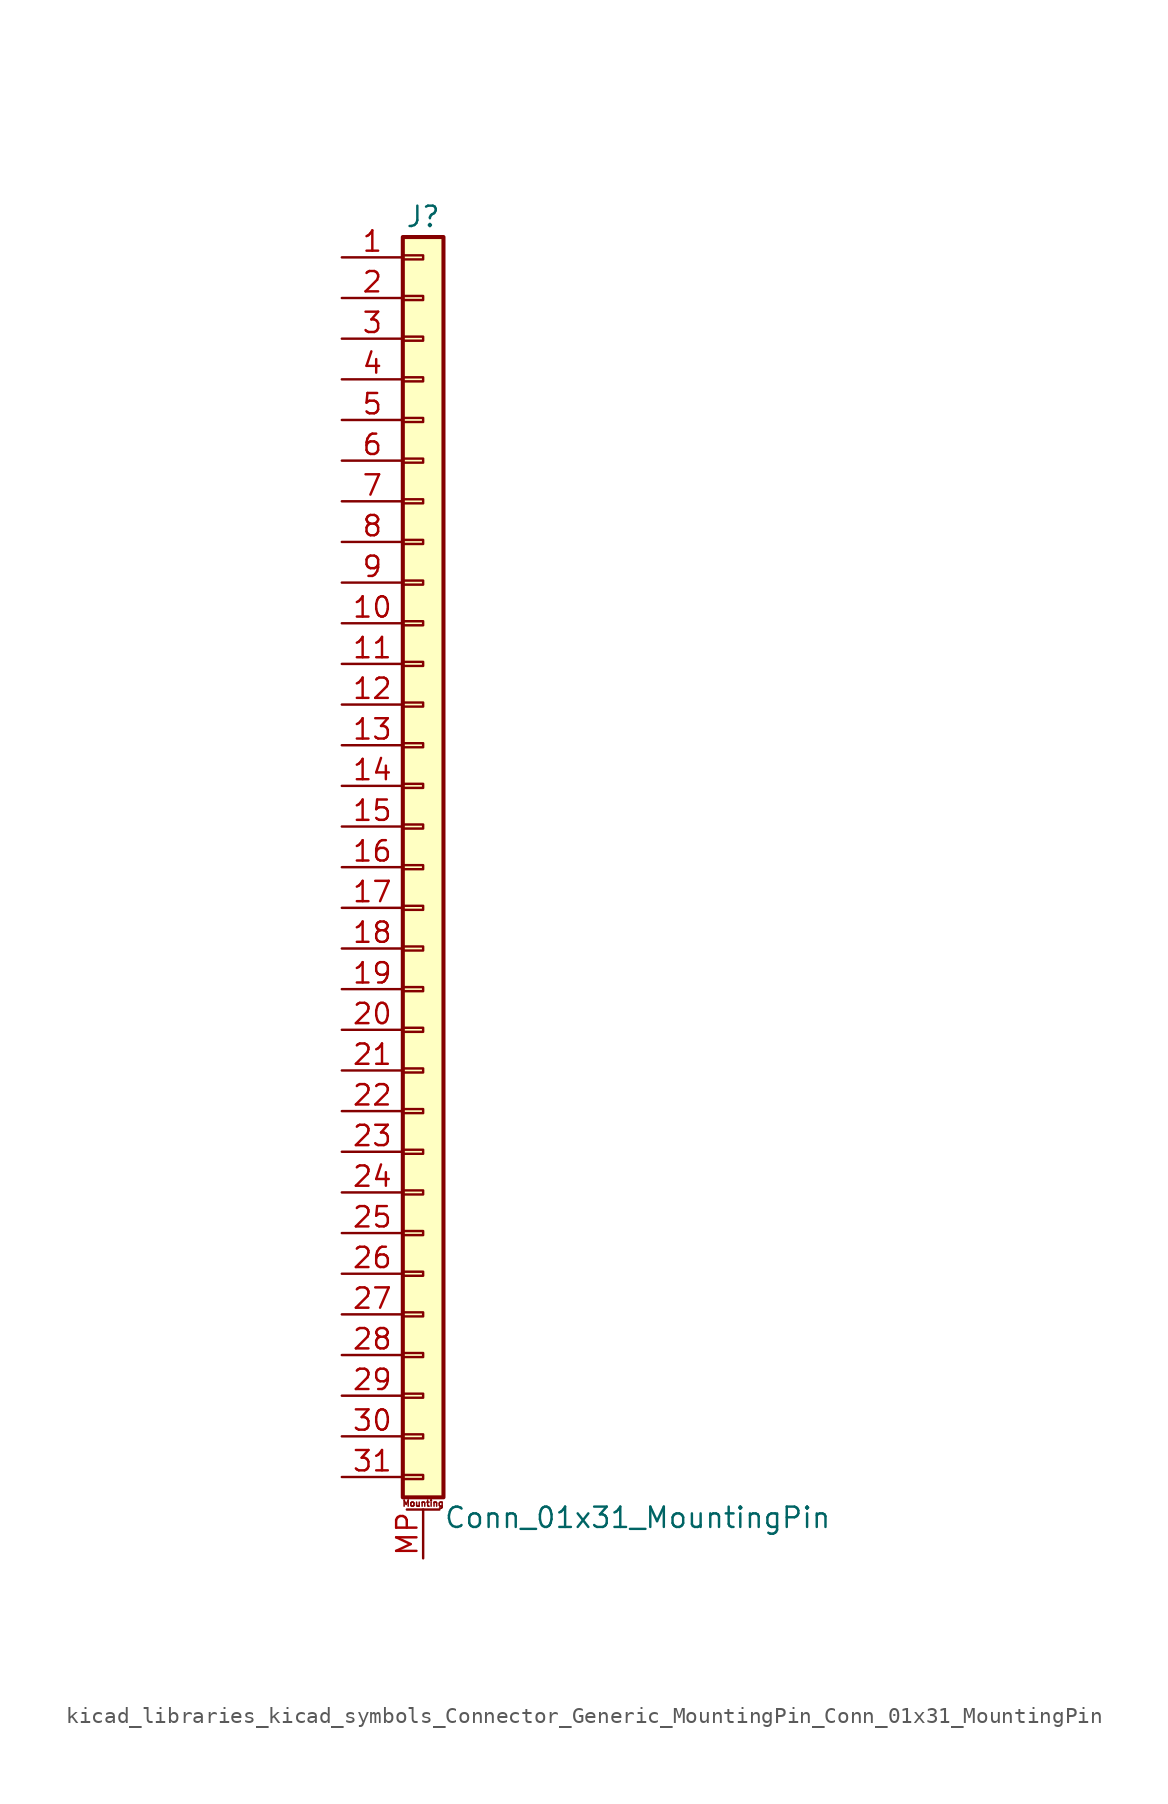
<source format=kicad_sym>
(kicad_symbol_lib
  (version 20220914)
  (generator kicad_symbol_editor)
  (symbol "kicad_libraries_kicad_symbols_Connector_Generic_MountingPin_Conn_01x31_MountingPin"
    (pin_names
      (offset 1.016) hide)
    (property "Reference" "J"
      (at 0 40.64 0)
      (effects (font (size 1.27 1.27))))
    (property "Value" "Conn_01x31_MountingPin"
      (at 1.27 -40.64 0)
      (effects (font (size 1.27 1.27)) (justify left)))
    (symbol "kicad_libraries_kicad_symbols_Connector_Generic_MountingPin_Conn_01x31_MountingPin_1_1"
      (rectangle (start -1.27 -37.973) (end 0 -38.227) (stroke (width 0.152) (type default)) (fill (type none)))
      (rectangle (start -1.27 -35.433) (end 0 -35.687) (stroke (width 0.152) (type default)) (fill (type none)))
      (rectangle (start -1.27 -32.893) (end 0 -33.147) (stroke (width 0.152) (type default)) (fill (type none)))
      (rectangle (start -1.27 -30.353) (end 0 -30.607) (stroke (width 0.152) (type default)) (fill (type none)))
      (rectangle (start -1.27 -27.813) (end 0 -28.067) (stroke (width 0.152) (type default)) (fill (type none)))
      (rectangle (start -1.27 -25.273) (end 0 -25.527) (stroke (width 0.152) (type default)) (fill (type none)))
      (rectangle (start -1.27 -22.733) (end 0 -22.987) (stroke (width 0.152) (type default)) (fill (type none)))
      (rectangle (start -1.27 -20.193) (end 0 -20.447) (stroke (width 0.152) (type default)) (fill (type none)))
      (rectangle (start -1.27 -17.653) (end 0 -17.907) (stroke (width 0.152) (type default)) (fill (type none)))
      (rectangle (start -1.27 -15.113) (end 0 -15.367) (stroke (width 0.152) (type default)) (fill (type none)))
      (rectangle (start -1.27 -12.573) (end 0 -12.827) (stroke (width 0.152) (type default)) (fill (type none)))
      (rectangle (start -1.27 -10.033) (end 0 -10.287) (stroke (width 0.152) (type default)) (fill (type none)))
      (rectangle (start -1.27 -7.493) (end 0 -7.747) (stroke (width 0.152) (type default)) (fill (type none)))
      (rectangle (start -1.27 -4.953) (end 0 -5.207) (stroke (width 0.152) (type default)) (fill (type none)))
      (rectangle (start -1.27 -2.413) (end 0 -2.667) (stroke (width 0.152) (type default)) (fill (type none)))
      (rectangle (start -1.27 0.127) (end 0 -0.127) (stroke (width 0.152) (type default)) (fill (type none)))
      (rectangle (start -1.27 2.667) (end 0 2.413) (stroke (width 0.152) (type default)) (fill (type none)))
      (rectangle (start -1.27 5.207) (end 0 4.953) (stroke (width 0.152) (type default)) (fill (type none)))
      (rectangle (start -1.27 7.747) (end 0 7.493) (stroke (width 0.152) (type default)) (fill (type none)))
      (rectangle (start -1.27 10.287) (end 0 10.033) (stroke (width 0.152) (type default)) (fill (type none)))
      (rectangle (start -1.27 12.827) (end 0 12.573) (stroke (width 0.152) (type default)) (fill (type none)))
      (rectangle (start -1.27 15.367) (end 0 15.113) (stroke (width 0.152) (type default)) (fill (type none)))
      (rectangle (start -1.27 17.907) (end 0 17.653) (stroke (width 0.152) (type default)) (fill (type none)))
      (rectangle (start -1.27 20.447) (end 0 20.193) (stroke (width 0.152) (type default)) (fill (type none)))
      (rectangle (start -1.27 22.987) (end 0 22.733) (stroke (width 0.152) (type default)) (fill (type none)))
      (rectangle (start -1.27 25.527) (end 0 25.273) (stroke (width 0.152) (type default)) (fill (type none)))
      (rectangle (start -1.27 28.067) (end 0 27.813) (stroke (width 0.152) (type default)) (fill (type none)))
      (rectangle (start -1.27 30.607) (end 0 30.353) (stroke (width 0.152) (type default)) (fill (type none)))
      (rectangle (start -1.27 33.147) (end 0 32.893) (stroke (width 0.152) (type default)) (fill (type none)))
      (rectangle (start -1.27 35.687) (end 0 35.433) (stroke (width 0.152) (type default)) (fill (type none)))
      (rectangle (start -1.27 38.227) (end 0 37.973) (stroke (width 0.152) (type default)) (fill (type none)))
      (rectangle (start -1.27 39.37) (end 1.27 -39.37) (stroke (width 0.254) (type default)) (fill (type background)))
      (polyline (pts (xy -1.016 -40.132) (xy 1.016 -40.132)) (stroke (width 0.152) (type default)) (fill (type none)))
      (text "Mounting" (at 0 -39.751 0) (effects (font (size 0.381 0.381))))
      (pin passive line (at -5.08 38.1 0) (length 3.81) (name "Pin_1" (effects (font (size 1.27 1.27)))) (number "1" (effects (font (size 1.27 1.27)))))
      (pin passive line (at -5.08 15.24 0) (length 3.81) (name "Pin_10" (effects (font (size 1.27 1.27)))) (number "10" (effects (font (size 1.27 1.27)))))
      (pin passive line (at -5.08 12.7 0) (length 3.81) (name "Pin_11" (effects (font (size 1.27 1.27)))) (number "11" (effects (font (size 1.27 1.27)))))
      (pin passive line (at -5.08 10.16 0) (length 3.81) (name "Pin_12" (effects (font (size 1.27 1.27)))) (number "12" (effects (font (size 1.27 1.27)))))
      (pin passive line (at -5.08 7.62 0) (length 3.81) (name "Pin_13" (effects (font (size 1.27 1.27)))) (number "13" (effects (font (size 1.27 1.27)))))
      (pin passive line (at -5.08 5.08 0) (length 3.81) (name "Pin_14" (effects (font (size 1.27 1.27)))) (number "14" (effects (font (size 1.27 1.27)))))
      (pin passive line (at -5.08 2.54 0) (length 3.81) (name "Pin_15" (effects (font (size 1.27 1.27)))) (number "15" (effects (font (size 1.27 1.27)))))
      (pin passive line (at -5.08 0 0) (length 3.81) (name "Pin_16" (effects (font (size 1.27 1.27)))) (number "16" (effects (font (size 1.27 1.27)))))
      (pin passive line (at -5.08 -2.54 0) (length 3.81) (name "Pin_17" (effects (font (size 1.27 1.27)))) (number "17" (effects (font (size 1.27 1.27)))))
      (pin passive line (at -5.08 -5.08 0) (length 3.81) (name "Pin_18" (effects (font (size 1.27 1.27)))) (number "18" (effects (font (size 1.27 1.27)))))
      (pin passive line (at -5.08 -7.62 0) (length 3.81) (name "Pin_19" (effects (font (size 1.27 1.27)))) (number "19" (effects (font (size 1.27 1.27)))))
      (pin passive line (at -5.08 35.56 0) (length 3.81) (name "Pin_2" (effects (font (size 1.27 1.27)))) (number "2" (effects (font (size 1.27 1.27)))))
      (pin passive line (at -5.08 -10.16 0) (length 3.81) (name "Pin_20" (effects (font (size 1.27 1.27)))) (number "20" (effects (font (size 1.27 1.27)))))
      (pin passive line (at -5.08 -12.7 0) (length 3.81) (name "Pin_21" (effects (font (size 1.27 1.27)))) (number "21" (effects (font (size 1.27 1.27)))))
      (pin passive line (at -5.08 -15.24 0) (length 3.81) (name "Pin_22" (effects (font (size 1.27 1.27)))) (number "22" (effects (font (size 1.27 1.27)))))
      (pin passive line (at -5.08 -17.78 0) (length 3.81) (name "Pin_23" (effects (font (size 1.27 1.27)))) (number "23" (effects (font (size 1.27 1.27)))))
      (pin passive line (at -5.08 -20.32 0) (length 3.81) (name "Pin_24" (effects (font (size 1.27 1.27)))) (number "24" (effects (font (size 1.27 1.27)))))
      (pin passive line (at -5.08 -22.86 0) (length 3.81) (name "Pin_25" (effects (font (size 1.27 1.27)))) (number "25" (effects (font (size 1.27 1.27)))))
      (pin passive line (at -5.08 -25.4 0) (length 3.81) (name "Pin_26" (effects (font (size 1.27 1.27)))) (number "26" (effects (font (size 1.27 1.27)))))
      (pin passive line (at -5.08 -27.94 0) (length 3.81) (name "Pin_27" (effects (font (size 1.27 1.27)))) (number "27" (effects (font (size 1.27 1.27)))))
      (pin passive line (at -5.08 -30.48 0) (length 3.81) (name "Pin_28" (effects (font (size 1.27 1.27)))) (number "28" (effects (font (size 1.27 1.27)))))
      (pin passive line (at -5.08 -33.02 0) (length 3.81) (name "Pin_29" (effects (font (size 1.27 1.27)))) (number "29" (effects (font (size 1.27 1.27)))))
      (pin passive line (at -5.08 33.02 0) (length 3.81) (name "Pin_3" (effects (font (size 1.27 1.27)))) (number "3" (effects (font (size 1.27 1.27)))))
      (pin passive line (at -5.08 -35.56 0) (length 3.81) (name "Pin_30" (effects (font (size 1.27 1.27)))) (number "30" (effects (font (size 1.27 1.27)))))
      (pin passive line (at -5.08 -38.1 0) (length 3.81) (name "Pin_31" (effects (font (size 1.27 1.27)))) (number "31" (effects (font (size 1.27 1.27)))))
      (pin passive line (at -5.08 30.48 0) (length 3.81) (name "Pin_4" (effects (font (size 1.27 1.27)))) (number "4" (effects (font (size 1.27 1.27)))))
      (pin passive line (at -5.08 27.94 0) (length 3.81) (name "Pin_5" (effects (font (size 1.27 1.27)))) (number "5" (effects (font (size 1.27 1.27)))))
      (pin passive line (at -5.08 25.4 0) (length 3.81) (name "Pin_6" (effects (font (size 1.27 1.27)))) (number "6" (effects (font (size 1.27 1.27)))))
      (pin passive line (at -5.08 22.86 0) (length 3.81) (name "Pin_7" (effects (font (size 1.27 1.27)))) (number "7" (effects (font (size 1.27 1.27)))))
      (pin passive line (at -5.08 20.32 0) (length 3.81) (name "Pin_8" (effects (font (size 1.27 1.27)))) (number "8" (effects (font (size 1.27 1.27)))))
      (pin passive line (at -5.08 17.78 0) (length 3.81) (name "Pin_9" (effects (font (size 1.27 1.27)))) (number "9" (effects (font (size 1.27 1.27)))))
      (pin passive line (at 0 -43.18 90) (length 3.048) (name "MountPin" (effects (font (size 1.27 1.27)))) (number "MP" (effects (font (size 1.27 1.27))))))))
</source>
